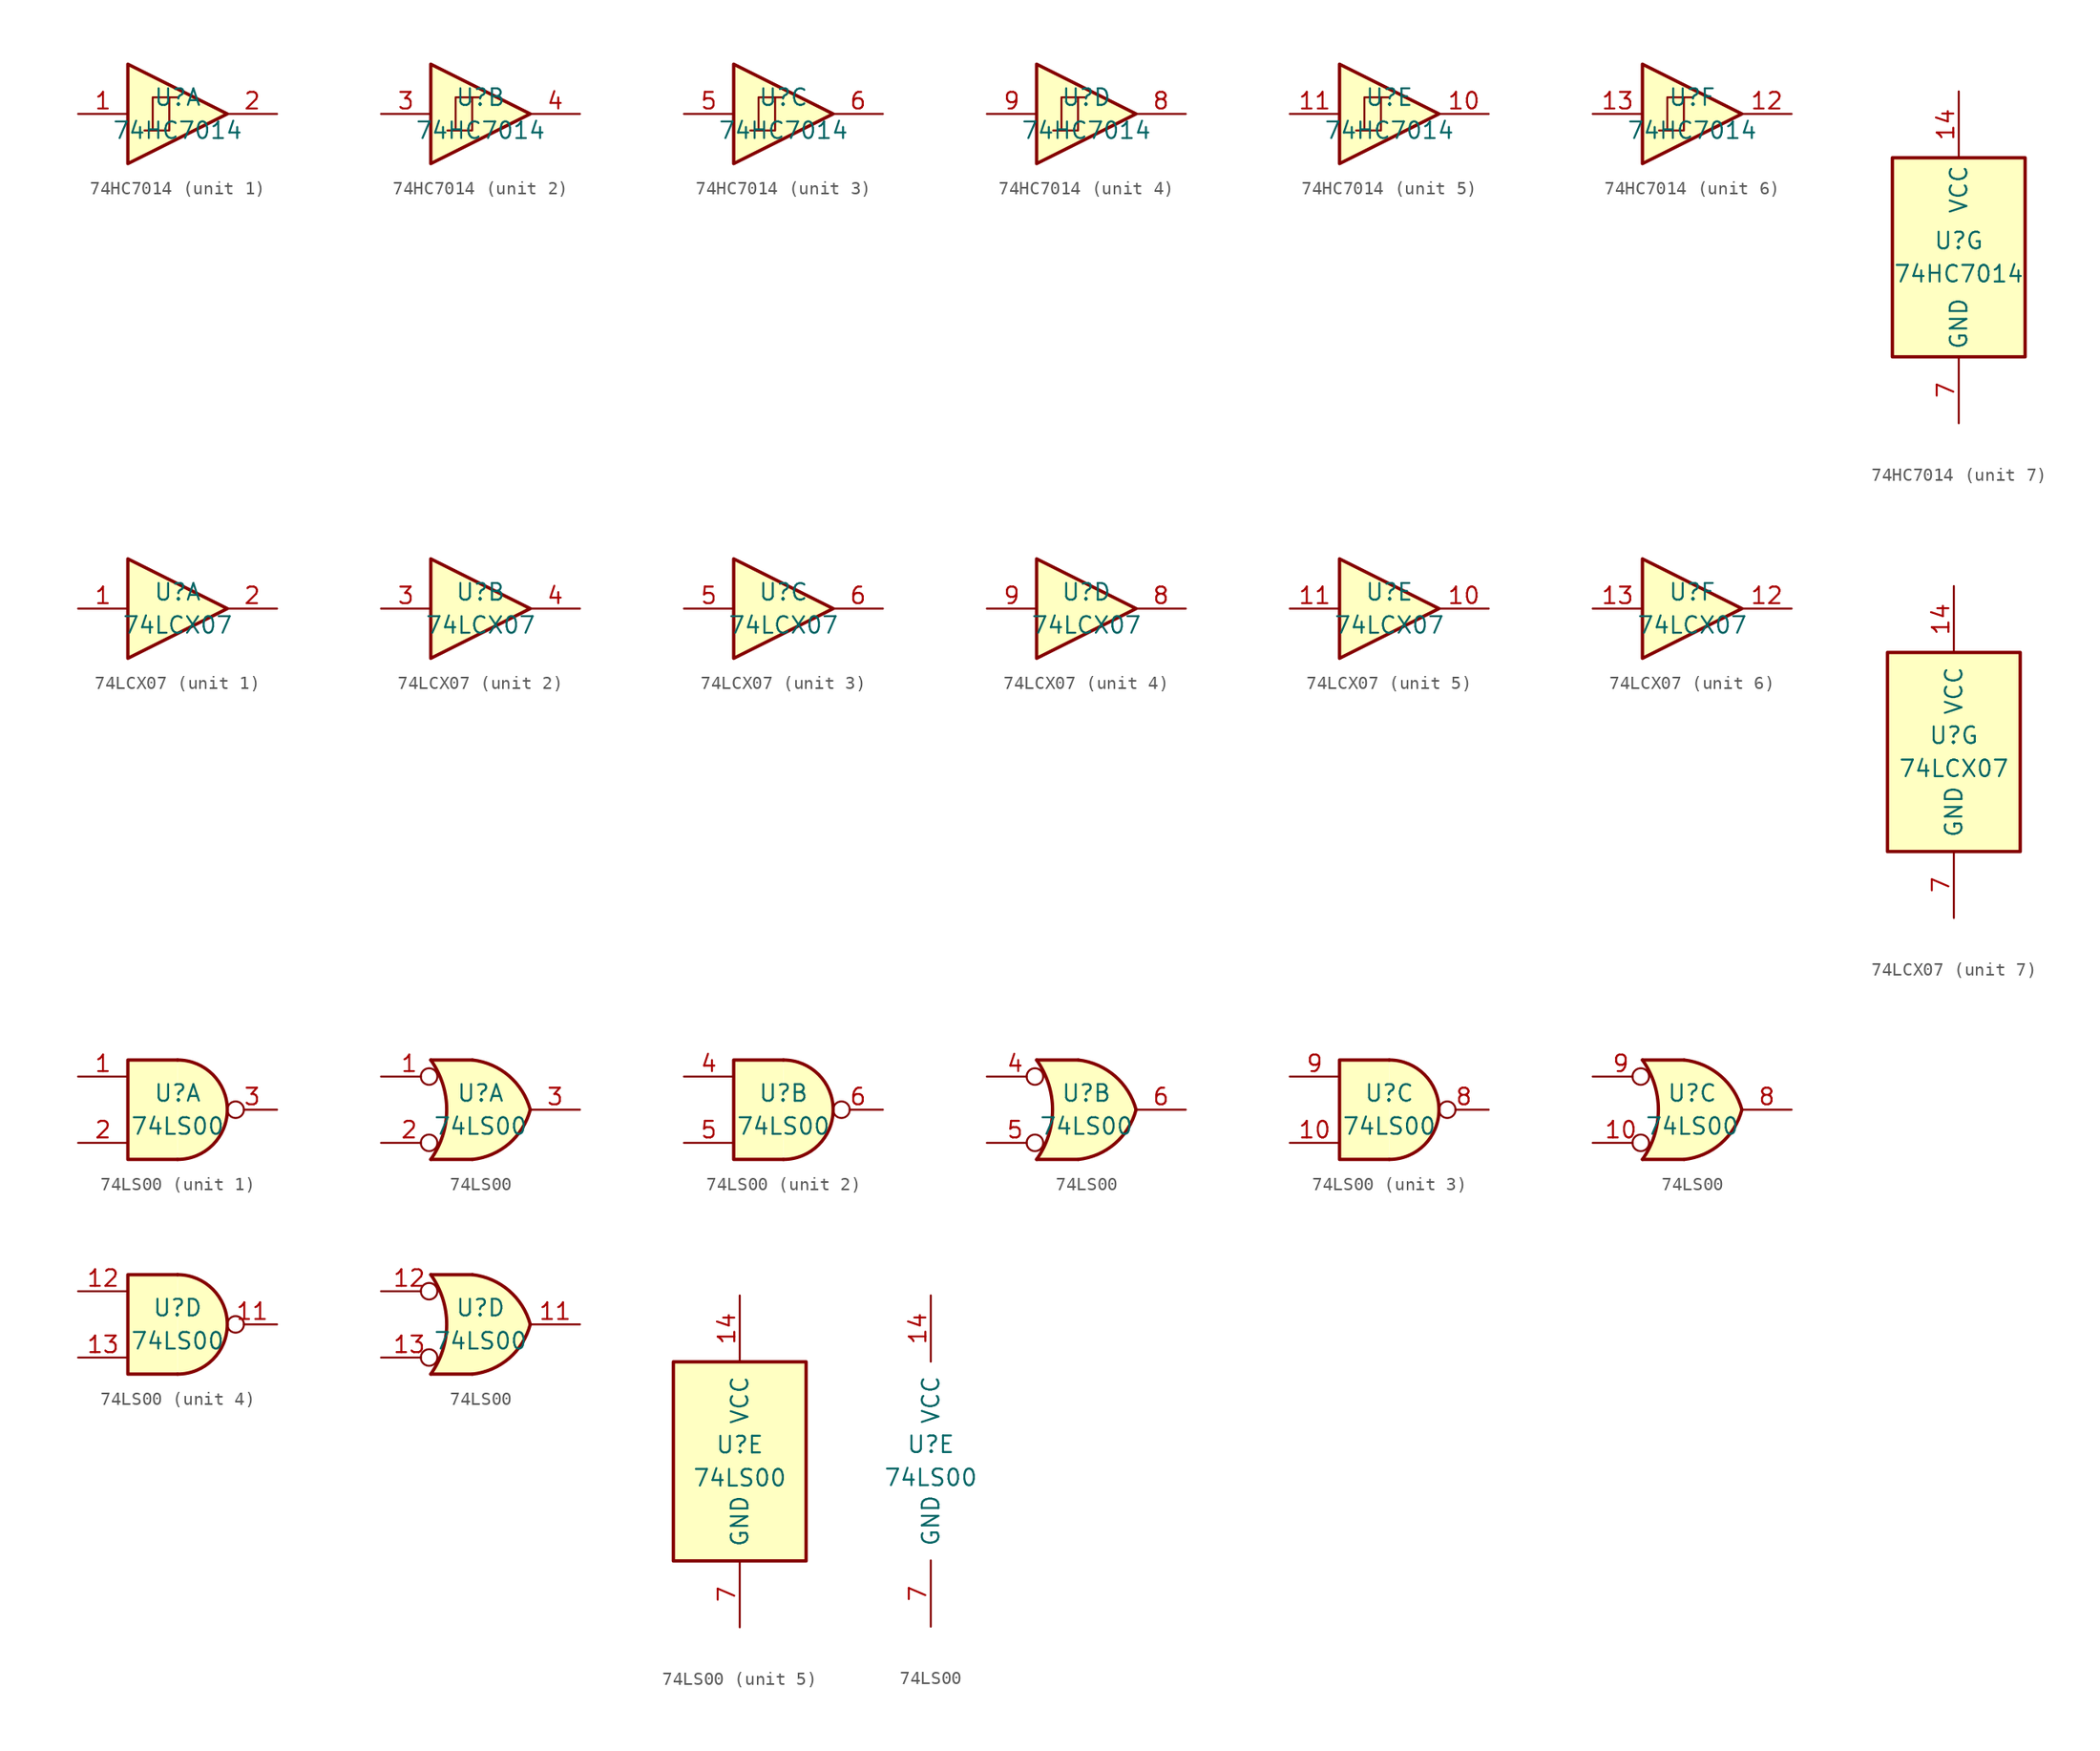
<source format=kicad_sym>
(kicad_symbol_lib
  (version 20241209)
  (generator "kicad_symbol_editor")
  (generator_version "9.0")
  (symbol "74HC7014"
    (property "Reference" "U"
      (at 0 1.27 0)
      (effects (font (size 1.27 1.27))))
    (property "Value" "74HC7014"
      (at 0 -1.27 0)
      (effects (font (size 1.27 1.27))))
    (property "ki_locked" ""
      (at 0 0 0)
      (effects (font (size 1.27 1.27))))
    (symbol "74HC7014_1_1"
      (polyline (pts (xy -3.81 3.81) (xy -3.81 -3.81) (xy 3.81 0) (xy -3.81 3.81)) (stroke (width 0.254) (type solid)) (fill (type background)))
      (polyline (pts (xy -2.54 -1.27) (xy -0.635 -1.27) (xy -0.635 1.27) (xy 0 1.27)) (stroke (width 0) (type solid)) (fill (type none)))
      (polyline (pts (xy -1.905 -1.27) (xy -1.905 1.27) (xy -0.635 1.27)) (stroke (width 0) (type solid)) (fill (type none)))
      (pin input line (at -7.62 0 0) (length 3.81) (name "~" (effects (font (size 1.27 1.27)))) (number "1" (effects (font (size 1.27 1.27)))))
      (pin output line (at 7.62 0 180) (length 3.81) (name "~" (effects (font (size 1.27 1.27)))) (number "2" (effects (font (size 1.27 1.27))))))
    (symbol "74HC7014_2_1"
      (polyline (pts (xy -3.81 3.81) (xy -3.81 -3.81) (xy 3.81 0) (xy -3.81 3.81)) (stroke (width 0.254) (type solid)) (fill (type background)))
      (polyline (pts (xy -2.54 -1.27) (xy -0.635 -1.27) (xy -0.635 1.27) (xy 0 1.27)) (stroke (width 0) (type solid)) (fill (type none)))
      (polyline (pts (xy -1.905 -1.27) (xy -1.905 1.27) (xy -0.635 1.27)) (stroke (width 0) (type solid)) (fill (type none)))
      (pin input line (at -7.62 0 0) (length 3.81) (name "~" (effects (font (size 1.27 1.27)))) (number "3" (effects (font (size 1.27 1.27)))))
      (pin output line (at 7.62 0 180) (length 3.81) (name "~" (effects (font (size 1.27 1.27)))) (number "4" (effects (font (size 1.27 1.27))))))
    (symbol "74HC7014_3_1"
      (polyline (pts (xy -3.81 3.81) (xy -3.81 -3.81) (xy 3.81 0) (xy -3.81 3.81)) (stroke (width 0.254) (type solid)) (fill (type background)))
      (polyline (pts (xy -2.54 -1.27) (xy -0.635 -1.27) (xy -0.635 1.27) (xy 0 1.27)) (stroke (width 0) (type solid)) (fill (type none)))
      (polyline (pts (xy -1.905 -1.27) (xy -1.905 1.27) (xy -0.635 1.27)) (stroke (width 0) (type solid)) (fill (type none)))
      (pin input line (at -7.62 0 0) (length 3.81) (name "~" (effects (font (size 1.27 1.27)))) (number "5" (effects (font (size 1.27 1.27)))))
      (pin output line (at 7.62 0 180) (length 3.81) (name "~" (effects (font (size 1.27 1.27)))) (number "6" (effects (font (size 1.27 1.27))))))
    (symbol "74HC7014_4_1"
      (polyline (pts (xy -3.81 3.81) (xy -3.81 -3.81) (xy 3.81 0) (xy -3.81 3.81)) (stroke (width 0.254) (type solid)) (fill (type background)))
      (polyline (pts (xy -2.54 -1.27) (xy -0.635 -1.27) (xy -0.635 1.27) (xy 0 1.27)) (stroke (width 0) (type solid)) (fill (type none)))
      (polyline (pts (xy -1.905 -1.27) (xy -1.905 1.27) (xy -0.635 1.27)) (stroke (width 0) (type solid)) (fill (type none)))
      (pin input line (at -7.62 0 0) (length 3.81) (name "~" (effects (font (size 1.27 1.27)))) (number "9" (effects (font (size 1.27 1.27)))))
      (pin output line (at 7.62 0 180) (length 3.81) (name "~" (effects (font (size 1.27 1.27)))) (number "8" (effects (font (size 1.27 1.27))))))
    (symbol "74HC7014_5_1"
      (polyline (pts (xy -3.81 3.81) (xy -3.81 -3.81) (xy 3.81 0) (xy -3.81 3.81)) (stroke (width 0.254) (type solid)) (fill (type background)))
      (polyline (pts (xy -2.54 -1.27) (xy -0.635 -1.27) (xy -0.635 1.27) (xy 0 1.27)) (stroke (width 0) (type solid)) (fill (type none)))
      (polyline (pts (xy -1.905 -1.27) (xy -1.905 1.27) (xy -0.635 1.27)) (stroke (width 0) (type solid)) (fill (type none)))
      (pin input line (at -7.62 0 0) (length 3.81) (name "~" (effects (font (size 1.27 1.27)))) (number "11" (effects (font (size 1.27 1.27)))))
      (pin output line (at 7.62 0 180) (length 3.81) (name "~" (effects (font (size 1.27 1.27)))) (number "10" (effects (font (size 1.27 1.27))))))
    (symbol "74HC7014_6_1"
      (polyline (pts (xy -3.81 3.81) (xy -3.81 -3.81) (xy 3.81 0) (xy -3.81 3.81)) (stroke (width 0.254) (type solid)) (fill (type background)))
      (polyline (pts (xy -2.54 -1.27) (xy -0.635 -1.27) (xy -0.635 1.27) (xy 0 1.27)) (stroke (width 0) (type solid)) (fill (type none)))
      (polyline (pts (xy -1.905 -1.27) (xy -1.905 1.27) (xy -0.635 1.27)) (stroke (width 0) (type solid)) (fill (type none)))
      (pin input line (at -7.62 0 0) (length 3.81) (name "~" (effects (font (size 1.27 1.27)))) (number "13" (effects (font (size 1.27 1.27)))))
      (pin output line (at 7.62 0 180) (length 3.81) (name "~" (effects (font (size 1.27 1.27)))) (number "12" (effects (font (size 1.27 1.27))))))
    (symbol "74HC7014_7_1"
      (rectangle (start -5.08 7.62) (end 5.08 -7.62) (stroke (width 0.254) (type solid)) (fill (type background)))
      (pin power_in line (at 0 12.7 270) (length 5.08) (name "VCC" (effects (font (size 1.27 1.27)))) (number "14" (effects (font (size 1.27 1.27)))))
      (pin power_in line (at 0 -12.7 90) (length 5.08) (name "GND" (effects (font (size 1.27 1.27)))) (number "7" (effects (font (size 1.27 1.27)))))))
  (symbol "74LCX07"
    (pin_names
      (offset 1.016))
    (property "Reference" "U"
      (at 0 1.27 0)
      (effects (font (size 1.27 1.27))))
    (property "Value" "74LCX07"
      (at 0 -1.27 0)
      (effects (font (size 1.27 1.27))))
    (property "ki_locked" ""
      (at 0 0 0)
      (effects (font (size 1.27 1.27))))
    (symbol "74LCX07_1_0"
      (polyline (pts (xy -3.81 3.81) (xy -3.81 -3.81) (xy 3.81 0) (xy -3.81 3.81)) (stroke (width 0.254) (type solid)) (fill (type background)))
      (pin input line (at -7.62 0 0) (length 3.81) (name "~" (effects (font (size 1.27 1.27)))) (number "1" (effects (font (size 1.27 1.27)))))
      (pin open_collector line (at 7.62 0 180) (length 3.81) (name "~" (effects (font (size 1.27 1.27)))) (number "2" (effects (font (size 1.27 1.27))))))
    (symbol "74LCX07_2_0"
      (polyline (pts (xy -3.81 3.81) (xy -3.81 -3.81) (xy 3.81 0) (xy -3.81 3.81)) (stroke (width 0.254) (type solid)) (fill (type background)))
      (pin input line (at -7.62 0 0) (length 3.81) (name "~" (effects (font (size 1.27 1.27)))) (number "3" (effects (font (size 1.27 1.27)))))
      (pin open_collector line (at 7.62 0 180) (length 3.81) (name "~" (effects (font (size 1.27 1.27)))) (number "4" (effects (font (size 1.27 1.27))))))
    (symbol "74LCX07_3_0"
      (polyline (pts (xy -3.81 3.81) (xy -3.81 -3.81) (xy 3.81 0) (xy -3.81 3.81)) (stroke (width 0.254) (type solid)) (fill (type background)))
      (pin input line (at -7.62 0 0) (length 3.81) (name "~" (effects (font (size 1.27 1.27)))) (number "5" (effects (font (size 1.27 1.27)))))
      (pin open_collector line (at 7.62 0 180) (length 3.81) (name "~" (effects (font (size 1.27 1.27)))) (number "6" (effects (font (size 1.27 1.27))))))
    (symbol "74LCX07_4_0"
      (polyline (pts (xy -3.81 3.81) (xy -3.81 -3.81) (xy 3.81 0) (xy -3.81 3.81)) (stroke (width 0.254) (type solid)) (fill (type background)))
      (pin input line (at -7.62 0 0) (length 3.81) (name "~" (effects (font (size 1.27 1.27)))) (number "9" (effects (font (size 1.27 1.27)))))
      (pin open_collector line (at 7.62 0 180) (length 3.81) (name "~" (effects (font (size 1.27 1.27)))) (number "8" (effects (font (size 1.27 1.27))))))
    (symbol "74LCX07_5_0"
      (polyline (pts (xy -3.81 3.81) (xy -3.81 -3.81) (xy 3.81 0) (xy -3.81 3.81)) (stroke (width 0.254) (type solid)) (fill (type background)))
      (pin input line (at -7.62 0 0) (length 3.81) (name "~" (effects (font (size 1.27 1.27)))) (number "11" (effects (font (size 1.27 1.27)))))
      (pin open_collector line (at 7.62 0 180) (length 3.81) (name "~" (effects (font (size 1.27 1.27)))) (number "10" (effects (font (size 1.27 1.27))))))
    (symbol "74LCX07_6_0"
      (polyline (pts (xy -3.81 3.81) (xy -3.81 -3.81) (xy 3.81 0) (xy -3.81 3.81)) (stroke (width 0.254) (type solid)) (fill (type background)))
      (pin input line (at -7.62 0 0) (length 3.81) (name "~" (effects (font (size 1.27 1.27)))) (number "13" (effects (font (size 1.27 1.27)))))
      (pin open_collector line (at 7.62 0 180) (length 3.81) (name "~" (effects (font (size 1.27 1.27)))) (number "12" (effects (font (size 1.27 1.27))))))
    (symbol "74LCX07_7_0"
      (pin power_in line (at 0 12.7 270) (length 5.08) (name "VCC" (effects (font (size 1.27 1.27)))) (number "14" (effects (font (size 1.27 1.27)))))
      (pin power_in line (at 0 -12.7 90) (length 5.08) (name "GND" (effects (font (size 1.27 1.27)))) (number "7" (effects (font (size 1.27 1.27))))))
    (symbol "74LCX07_7_1"
      (rectangle (start -5.08 7.62) (end 5.08 -7.62) (stroke (width 0.254) (type solid)) (fill (type background)))))
  (symbol "74LS00"
    (pin_names
      (offset 1.016))
    (property "Reference" "U"
      (at 0 1.27 0)
      (effects (font (size 1.27 1.27))))
    (property "Value" "74LS00"
      (at 0 -1.27 0)
      (effects (font (size 1.27 1.27))))
    (property "ki_locked" ""
      (at 0 0 0)
      (effects (font (size 1.27 1.27))))
    (symbol "74LS00_1_1"
      (polyline (pts (xy 0 3.81) (xy -3.81 3.81) (xy -3.81 -3.81) (xy 0 -3.81)) (stroke (width 0.254) (type solid)) (fill (type background)))
      (arc (start 0 3.81) (mid 3.81 0) (end 0 -3.81) (stroke (width 0.254) (type solid)) (fill (type background)))
      (pin input line (at -7.62 2.54 0) (length 3.81) (name "~" (effects (font (size 1.27 1.27)))) (number "1" (effects (font (size 1.27 1.27)))))
      (pin input line (at -7.62 -2.54 0) (length 3.81) (name "~" (effects (font (size 1.27 1.27)))) (number "2" (effects (font (size 1.27 1.27)))))
      (pin output inverted (at 7.62 0 180) (length 3.81) (name "~" (effects (font (size 1.27 1.27)))) (number "3" (effects (font (size 1.27 1.27))))))
    (symbol "74LS00_1_2"
      (arc (start -3.81 3.81) (mid -2.589 0) (end -3.81 -3.81) (stroke (width 0.254) (type solid)) (fill (type none)))
      (polyline (pts (xy -3.81 3.81) (xy -0.635 3.81)) (stroke (width 0.254) (type solid)) (fill (type background)))
      (polyline (pts (xy -3.81 -3.81) (xy -0.635 -3.81)) (stroke (width 0.254) (type solid)) (fill (type background)))
      (arc (start 3.81 0) (mid 2.1915 -2.5936) (end -0.6096 -3.81) (stroke (width 0.254) (type solid)) (fill (type background)))
      (arc (start -0.6096 3.81) (mid 2.1842 2.5851) (end 3.81 0) (stroke (width 0.254) (type solid)) (fill (type background)))
      (polyline (pts (xy -0.635 3.81) (xy -3.81 3.81) (xy -3.81 3.81) (xy -3.556 3.404) (xy -3.023 2.261) (xy -2.692 1.041) (xy -2.616 -0.254) (xy -2.769 -1.499) (xy -3.175 -2.718) (xy -3.81 -3.81) (xy -3.81 -3.81) (xy -0.635 -3.81)) (stroke (width -25.4) (type solid)) (fill (type background)))
      (pin input inverted (at -7.62 2.54 0) (length 4.318) (name "~" (effects (font (size 1.27 1.27)))) (number "1" (effects (font (size 1.27 1.27)))))
      (pin input inverted (at -7.62 -2.54 0) (length 4.318) (name "~" (effects (font (size 1.27 1.27)))) (number "2" (effects (font (size 1.27 1.27)))))
      (pin output line (at 7.62 0 180) (length 3.81) (name "~" (effects (font (size 1.27 1.27)))) (number "3" (effects (font (size 1.27 1.27))))))
    (symbol "74LS00_2_1"
      (polyline (pts (xy 0 3.81) (xy -3.81 3.81) (xy -3.81 -3.81) (xy 0 -3.81)) (stroke (width 0.254) (type solid)) (fill (type background)))
      (arc (start 0 3.81) (mid 3.81 0) (end 0 -3.81) (stroke (width 0.254) (type solid)) (fill (type background)))
      (pin input line (at -7.62 2.54 0) (length 3.81) (name "~" (effects (font (size 1.27 1.27)))) (number "4" (effects (font (size 1.27 1.27)))))
      (pin input line (at -7.62 -2.54 0) (length 3.81) (name "~" (effects (font (size 1.27 1.27)))) (number "5" (effects (font (size 1.27 1.27)))))
      (pin output inverted (at 7.62 0 180) (length 3.81) (name "~" (effects (font (size 1.27 1.27)))) (number "6" (effects (font (size 1.27 1.27))))))
    (symbol "74LS00_2_2"
      (arc (start -3.81 3.81) (mid -2.589 0) (end -3.81 -3.81) (stroke (width 0.254) (type solid)) (fill (type none)))
      (polyline (pts (xy -3.81 3.81) (xy -0.635 3.81)) (stroke (width 0.254) (type solid)) (fill (type background)))
      (polyline (pts (xy -3.81 -3.81) (xy -0.635 -3.81)) (stroke (width 0.254) (type solid)) (fill (type background)))
      (arc (start 3.81 0) (mid 2.1915 -2.5936) (end -0.6096 -3.81) (stroke (width 0.254) (type solid)) (fill (type background)))
      (arc (start -0.6096 3.81) (mid 2.1842 2.5851) (end 3.81 0) (stroke (width 0.254) (type solid)) (fill (type background)))
      (polyline (pts (xy -0.635 3.81) (xy -3.81 3.81) (xy -3.81 3.81) (xy -3.556 3.404) (xy -3.023 2.261) (xy -2.692 1.041) (xy -2.616 -0.254) (xy -2.769 -1.499) (xy -3.175 -2.718) (xy -3.81 -3.81) (xy -3.81 -3.81) (xy -0.635 -3.81)) (stroke (width -25.4) (type solid)) (fill (type background)))
      (pin input inverted (at -7.62 2.54 0) (length 4.318) (name "~" (effects (font (size 1.27 1.27)))) (number "4" (effects (font (size 1.27 1.27)))))
      (pin input inverted (at -7.62 -2.54 0) (length 4.318) (name "~" (effects (font (size 1.27 1.27)))) (number "5" (effects (font (size 1.27 1.27)))))
      (pin output line (at 7.62 0 180) (length 3.81) (name "~" (effects (font (size 1.27 1.27)))) (number "6" (effects (font (size 1.27 1.27))))))
    (symbol "74LS00_3_1"
      (polyline (pts (xy 0 3.81) (xy -3.81 3.81) (xy -3.81 -3.81) (xy 0 -3.81)) (stroke (width 0.254) (type solid)) (fill (type background)))
      (arc (start 0 3.81) (mid 3.81 0) (end 0 -3.81) (stroke (width 0.254) (type solid)) (fill (type background)))
      (pin input line (at -7.62 2.54 0) (length 3.81) (name "~" (effects (font (size 1.27 1.27)))) (number "9" (effects (font (size 1.27 1.27)))))
      (pin input line (at -7.62 -2.54 0) (length 3.81) (name "~" (effects (font (size 1.27 1.27)))) (number "10" (effects (font (size 1.27 1.27)))))
      (pin output inverted (at 7.62 0 180) (length 3.81) (name "~" (effects (font (size 1.27 1.27)))) (number "8" (effects (font (size 1.27 1.27))))))
    (symbol "74LS00_3_2"
      (arc (start -3.81 3.81) (mid -2.589 0) (end -3.81 -3.81) (stroke (width 0.254) (type solid)) (fill (type none)))
      (polyline (pts (xy -3.81 3.81) (xy -0.635 3.81)) (stroke (width 0.254) (type solid)) (fill (type background)))
      (polyline (pts (xy -3.81 -3.81) (xy -0.635 -3.81)) (stroke (width 0.254) (type solid)) (fill (type background)))
      (arc (start 3.81 0) (mid 2.1915 -2.5936) (end -0.6096 -3.81) (stroke (width 0.254) (type solid)) (fill (type background)))
      (arc (start -0.6096 3.81) (mid 2.1842 2.5851) (end 3.81 0) (stroke (width 0.254) (type solid)) (fill (type background)))
      (polyline (pts (xy -0.635 3.81) (xy -3.81 3.81) (xy -3.81 3.81) (xy -3.556 3.404) (xy -3.023 2.261) (xy -2.692 1.041) (xy -2.616 -0.254) (xy -2.769 -1.499) (xy -3.175 -2.718) (xy -3.81 -3.81) (xy -3.81 -3.81) (xy -0.635 -3.81)) (stroke (width -25.4) (type solid)) (fill (type background)))
      (pin input inverted (at -7.62 2.54 0) (length 4.318) (name "~" (effects (font (size 1.27 1.27)))) (number "9" (effects (font (size 1.27 1.27)))))
      (pin input inverted (at -7.62 -2.54 0) (length 4.318) (name "~" (effects (font (size 1.27 1.27)))) (number "10" (effects (font (size 1.27 1.27)))))
      (pin output line (at 7.62 0 180) (length 3.81) (name "~" (effects (font (size 1.27 1.27)))) (number "8" (effects (font (size 1.27 1.27))))))
    (symbol "74LS00_4_1"
      (polyline (pts (xy 0 3.81) (xy -3.81 3.81) (xy -3.81 -3.81) (xy 0 -3.81)) (stroke (width 0.254) (type solid)) (fill (type background)))
      (arc (start 0 3.81) (mid 3.81 0) (end 0 -3.81) (stroke (width 0.254) (type solid)) (fill (type background)))
      (pin input line (at -7.62 2.54 0) (length 3.81) (name "~" (effects (font (size 1.27 1.27)))) (number "12" (effects (font (size 1.27 1.27)))))
      (pin input line (at -7.62 -2.54 0) (length 3.81) (name "~" (effects (font (size 1.27 1.27)))) (number "13" (effects (font (size 1.27 1.27)))))
      (pin output inverted (at 7.62 0 180) (length 3.81) (name "~" (effects (font (size 1.27 1.27)))) (number "11" (effects (font (size 1.27 1.27))))))
    (symbol "74LS00_4_2"
      (arc (start -3.81 3.81) (mid -2.589 0) (end -3.81 -3.81) (stroke (width 0.254) (type solid)) (fill (type none)))
      (polyline (pts (xy -3.81 3.81) (xy -0.635 3.81)) (stroke (width 0.254) (type solid)) (fill (type background)))
      (polyline (pts (xy -3.81 -3.81) (xy -0.635 -3.81)) (stroke (width 0.254) (type solid)) (fill (type background)))
      (arc (start 3.81 0) (mid 2.1915 -2.5936) (end -0.6096 -3.81) (stroke (width 0.254) (type solid)) (fill (type background)))
      (arc (start -0.6096 3.81) (mid 2.1842 2.5851) (end 3.81 0) (stroke (width 0.254) (type solid)) (fill (type background)))
      (polyline (pts (xy -0.635 3.81) (xy -3.81 3.81) (xy -3.81 3.81) (xy -3.556 3.404) (xy -3.023 2.261) (xy -2.692 1.041) (xy -2.616 -0.254) (xy -2.769 -1.499) (xy -3.175 -2.718) (xy -3.81 -3.81) (xy -3.81 -3.81) (xy -0.635 -3.81)) (stroke (width -25.4) (type solid)) (fill (type background)))
      (pin input inverted (at -7.62 2.54 0) (length 4.318) (name "~" (effects (font (size 1.27 1.27)))) (number "12" (effects (font (size 1.27 1.27)))))
      (pin input inverted (at -7.62 -2.54 0) (length 4.318) (name "~" (effects (font (size 1.27 1.27)))) (number "13" (effects (font (size 1.27 1.27)))))
      (pin output line (at 7.62 0 180) (length 3.81) (name "~" (effects (font (size 1.27 1.27)))) (number "11" (effects (font (size 1.27 1.27))))))
    (symbol "74LS00_5_0"
      (pin power_in line (at 0 12.7 270) (length 5.08) (name "VCC" (effects (font (size 1.27 1.27)))) (number "14" (effects (font (size 1.27 1.27)))))
      (pin power_in line (at 0 -12.7 90) (length 5.08) (name "GND" (effects (font (size 1.27 1.27)))) (number "7" (effects (font (size 1.27 1.27))))))
    (symbol "74LS00_5_1"
      (rectangle (start -5.08 7.62) (end 5.08 -7.62) (stroke (width 0.254) (type solid)) (fill (type background))))))
</source>
